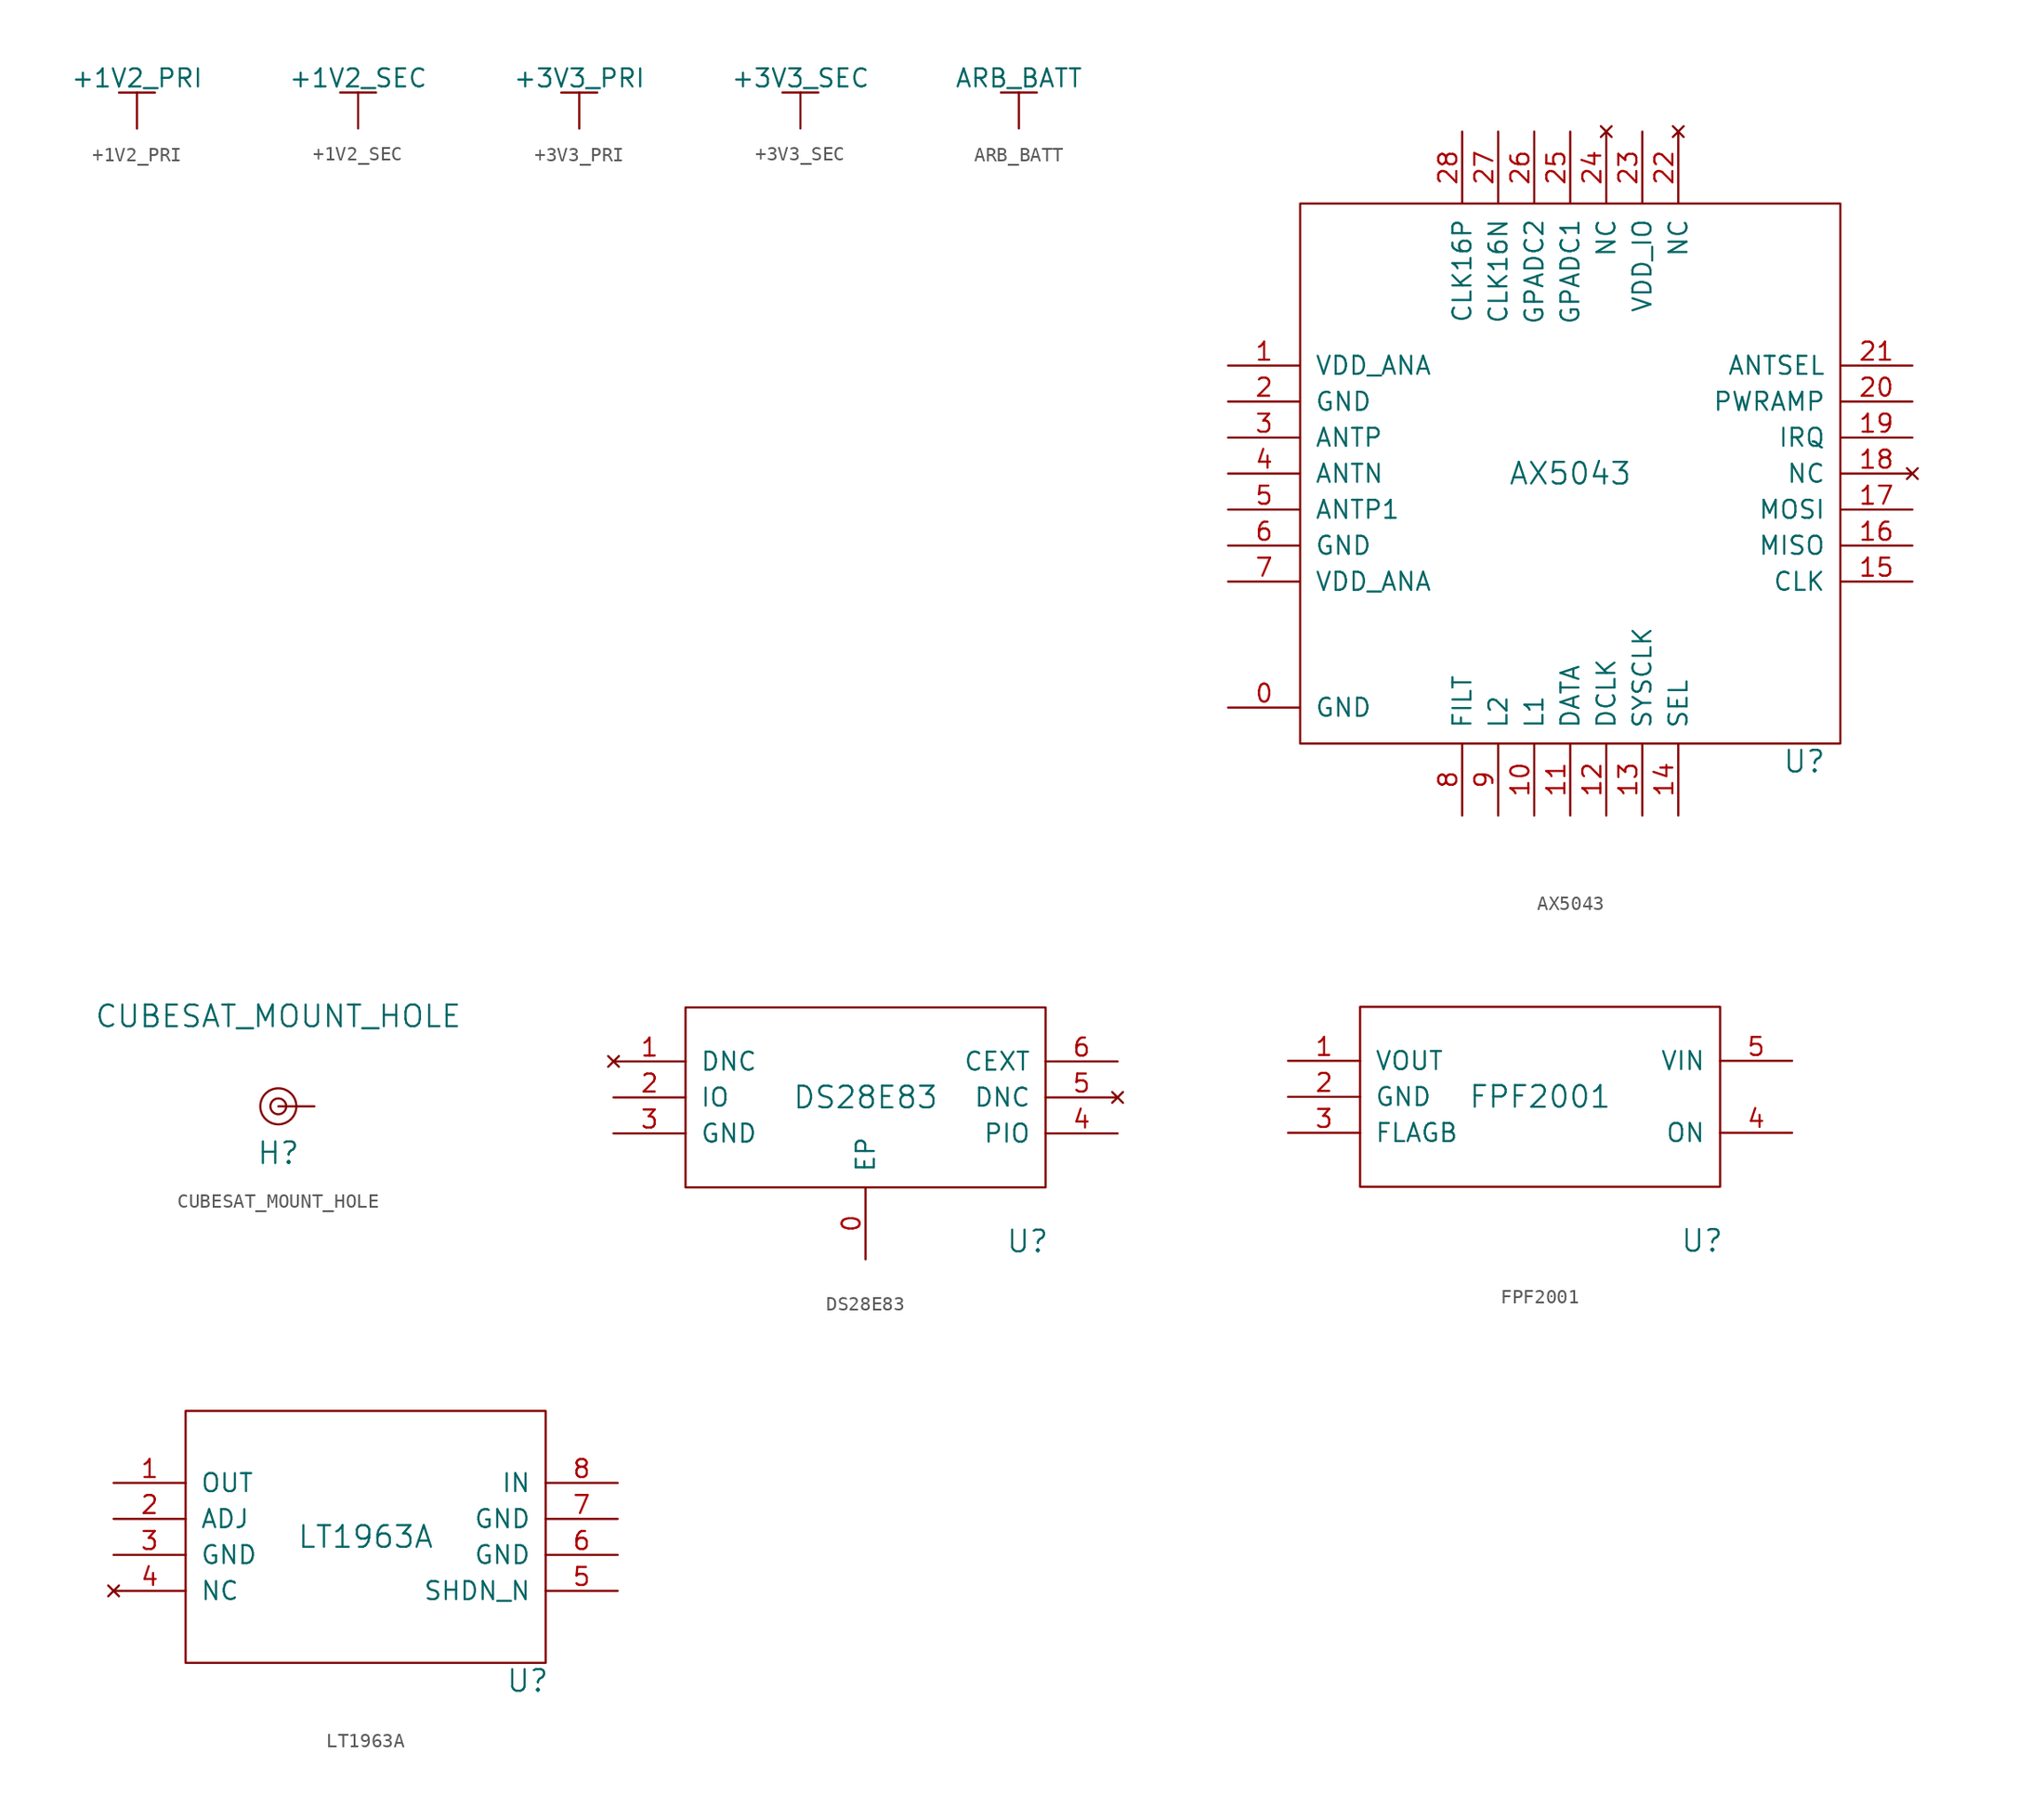
<source format=kicad_sym>
(kicad_symbol_lib
  (version 20220914)
  (generator kicad_symbol_editor)
  (symbol "+1V2_PRI"
    (power)
    (pin_names
      (offset 0))
    (property "Reference" "#PWR"
      (at 0 -3.81 0)
      (effects (font (size 1.27 1.27)) hide))
    (property "Value" "+1V2_PRI"
      (at 0 3.556 0)
      (effects (font (size 1.27 1.27))))
    (symbol "+1V2_PRI_0_1"
      (polyline (pts (xy -1.27 2.54) (xy 0 2.54)) (stroke (width 0) (type solid)) (fill (type none)))
      (polyline (pts (xy 0 0) (xy 0 2.54)) (stroke (width 0) (type solid)) (fill (type none)))
      (polyline (pts (xy 0 2.54) (xy 1.27 2.54)) (stroke (width 0) (type solid)) (fill (type none))))
    (symbol "+1V2_PRI_1_1"
      (pin power_in line (at 0 0 90) (length 0) hide (name "+1V2_PRI" (effects (font (size 1.27 1.27)))) (number "1" (effects (font (size 1.27 1.27)))))))
  (symbol "+1V2_SEC"
    (power)
    (pin_names
      (offset 0))
    (property "Reference" "#PWR"
      (at 0 -3.81 0)
      (effects (font (size 1.27 1.27)) hide))
    (property "Value" "+1V2_SEC"
      (at 0 3.556 0)
      (effects (font (size 1.27 1.27))))
    (symbol "+1V2_SEC_0_1"
      (polyline (pts (xy -1.27 2.54) (xy 0 2.54)) (stroke (width 0) (type solid)) (fill (type none)))
      (polyline (pts (xy 0 0) (xy 0 2.54)) (stroke (width 0) (type solid)) (fill (type none)))
      (polyline (pts (xy 0 2.54) (xy 1.27 2.54)) (stroke (width 0) (type solid)) (fill (type none))))
    (symbol "+1V2_SEC_1_1"
      (pin power_in line (at 0 0 90) (length 0) hide (name "+1V2_SEC" (effects (font (size 1.27 1.27)))) (number "1" (effects (font (size 1.27 1.27)))))))
  (symbol "+3V3_PRI"
    (power)
    (pin_names
      (offset 0))
    (property "Reference" "#PWR"
      (at 0 -3.81 0)
      (effects (font (size 1.27 1.27)) hide))
    (property "Value" "+3V3_PRI"
      (at 0 3.556 0)
      (effects (font (size 1.27 1.27))))
    (symbol "+3V3_PRI_0_1"
      (polyline (pts (xy -1.27 2.54) (xy 0 2.54)) (stroke (width 0) (type solid)) (fill (type none)))
      (polyline (pts (xy 0 0) (xy 0 2.54)) (stroke (width 0) (type solid)) (fill (type none)))
      (polyline (pts (xy 0 2.54) (xy 1.27 2.54)) (stroke (width 0) (type solid)) (fill (type none))))
    (symbol "+3V3_PRI_1_1"
      (pin power_in line (at 0 0 90) (length 0) hide (name "+3V3_PRI" (effects (font (size 1.27 1.27)))) (number "1" (effects (font (size 1.27 1.27)))))))
  (symbol "+3V3_SEC"
    (power)
    (pin_names
      (offset 0))
    (property "Reference" "#PWR"
      (at 0 -3.81 0)
      (effects (font (size 1.27 1.27)) hide))
    (property "Value" "+3V3_SEC"
      (at 0 3.556 0)
      (effects (font (size 1.27 1.27))))
    (symbol "+3V3_SEC_0_1"
      (polyline (pts (xy -1.27 2.54) (xy 0 2.54)) (stroke (width 0) (type solid)) (fill (type none)))
      (polyline (pts (xy 0 0) (xy 0 2.54)) (stroke (width 0) (type solid)) (fill (type none)))
      (polyline (pts (xy 0 2.54) (xy 1.27 2.54)) (stroke (width 0) (type solid)) (fill (type none))))
    (symbol "+3V3_SEC_1_1"
      (pin power_in line (at 0 0 90) (length 0) hide (name "+3V3_SEC" (effects (font (size 1.27 1.27)))) (number "1" (effects (font (size 1.27 1.27)))))))
  (symbol "ARB_BATT"
    (power)
    (pin_names
      (offset 0))
    (property "Reference" "#PWR"
      (at 0 -3.81 0)
      (effects (font (size 1.27 1.27)) hide))
    (property "Value" "ARB_BATT"
      (at 0 3.556 0)
      (effects (font (size 1.27 1.27))))
    (symbol "ARB_BATT_0_1"
      (polyline (pts (xy -1.27 2.54) (xy 0 2.54)) (stroke (width 0) (type solid)) (fill (type none)))
      (polyline (pts (xy 0 0) (xy 0 2.54)) (stroke (width 0) (type solid)) (fill (type none)))
      (polyline (pts (xy 0 2.54) (xy 1.27 2.54)) (stroke (width 0) (type solid)) (fill (type none))))
    (symbol "ARB_BATT_1_1"
      (pin power_in line (at 0 0 90) (length 0) hide (name "ARB_BATT" (effects (font (size 1.27 1.27)))) (number "1" (effects (font (size 1.27 1.27)))))))
  (symbol "AX5043"
    (pin_names
      (offset 1.016))
    (property "Reference" "U"
      (at 16.51 -20.32 0)
      (effects (font (size 1.524 1.524))))
    (property "Value" "AX5043"
      (at 0 0 0)
      (effects (font (size 1.524 1.524))))
    (symbol "AX5043_0_1"
      (rectangle (start -19.05 19.05) (end 19.05 -19.05) (stroke (width 0) (type solid)) (fill (type none))))
    (symbol "AX5043_1_1"
      (pin passive line (at -24.13 -16.51 0) (length 5.08) (name "GND" (effects (font (size 1.27 1.27)))) (number "0" (effects (font (size 1.27 1.27)))))
      (pin passive line (at -24.13 7.62 0) (length 5.08) (name "VDD_ANA" (effects (font (size 1.27 1.27)))) (number "1" (effects (font (size 1.27 1.27)))))
      (pin passive line (at -2.54 -24.13 90) (length 5.08) (name "L1" (effects (font (size 1.27 1.27)))) (number "10" (effects (font (size 1.27 1.27)))))
      (pin input line (at 0 -24.13 90) (length 5.08) (name "DATA" (effects (font (size 1.27 1.27)))) (number "11" (effects (font (size 1.27 1.27)))))
      (pin input line (at 2.54 -24.13 90) (length 5.08) (name "DCLK" (effects (font (size 1.27 1.27)))) (number "12" (effects (font (size 1.27 1.27)))))
      (pin output line (at 5.08 -24.13 90) (length 5.08) (name "SYSCLK" (effects (font (size 1.27 1.27)))) (number "13" (effects (font (size 1.27 1.27)))))
      (pin input line (at 7.62 -24.13 90) (length 5.08) (name "SEL" (effects (font (size 1.27 1.27)))) (number "14" (effects (font (size 1.27 1.27)))))
      (pin input line (at 24.13 -7.62 180) (length 5.08) (name "CLK" (effects (font (size 1.27 1.27)))) (number "15" (effects (font (size 1.27 1.27)))))
      (pin output line (at 24.13 -5.08 180) (length 5.08) (name "MISO" (effects (font (size 1.27 1.27)))) (number "16" (effects (font (size 1.27 1.27)))))
      (pin input line (at 24.13 -2.54 180) (length 5.08) (name "MOSI" (effects (font (size 1.27 1.27)))) (number "17" (effects (font (size 1.27 1.27)))))
      (pin no_connect line (at 24.13 0 180) (length 5.08) (name "NC" (effects (font (size 1.27 1.27)))) (number "18" (effects (font (size 1.27 1.27)))))
      (pin output line (at 24.13 2.54 180) (length 5.08) (name "IRQ" (effects (font (size 1.27 1.27)))) (number "19" (effects (font (size 1.27 1.27)))))
      (pin input line (at -24.13 5.08 0) (length 5.08) (name "GND" (effects (font (size 1.27 1.27)))) (number "2" (effects (font (size 1.27 1.27)))))
      (pin output line (at 24.13 5.08 180) (length 5.08) (name "PWRAMP" (effects (font (size 1.27 1.27)))) (number "20" (effects (font (size 1.27 1.27)))))
      (pin output line (at 24.13 7.62 180) (length 5.08) (name "ANTSEL" (effects (font (size 1.27 1.27)))) (number "21" (effects (font (size 1.27 1.27)))))
      (pin no_connect line (at 7.62 24.13 270) (length 5.08) (name "NC" (effects (font (size 1.27 1.27)))) (number "22" (effects (font (size 1.27 1.27)))))
      (pin passive line (at 5.08 24.13 270) (length 5.08) (name "VDD_IO" (effects (font (size 1.27 1.27)))) (number "23" (effects (font (size 1.27 1.27)))))
      (pin no_connect line (at 2.54 24.13 270) (length 5.08) (name "NC" (effects (font (size 1.27 1.27)))) (number "24" (effects (font (size 1.27 1.27)))))
      (pin input line (at 0 24.13 270) (length 5.08) (name "GPADC1" (effects (font (size 1.27 1.27)))) (number "25" (effects (font (size 1.27 1.27)))))
      (pin input line (at -2.54 24.13 270) (length 5.08) (name "GPADC2" (effects (font (size 1.27 1.27)))) (number "26" (effects (font (size 1.27 1.27)))))
      (pin passive line (at -5.08 24.13 270) (length 5.08) (name "CLK16N" (effects (font (size 1.27 1.27)))) (number "27" (effects (font (size 1.27 1.27)))))
      (pin passive line (at -7.62 24.13 270) (length 5.08) (name "CLK16P" (effects (font (size 1.27 1.27)))) (number "28" (effects (font (size 1.27 1.27)))))
      (pin bidirectional line (at -24.13 2.54 0) (length 5.08) (name "ANTP" (effects (font (size 1.27 1.27)))) (number "3" (effects (font (size 1.27 1.27)))))
      (pin bidirectional line (at -24.13 0 0) (length 5.08) (name "ANTN" (effects (font (size 1.27 1.27)))) (number "4" (effects (font (size 1.27 1.27)))))
      (pin output line (at -24.13 -2.54 0) (length 5.08) (name "ANTP1" (effects (font (size 1.27 1.27)))) (number "5" (effects (font (size 1.27 1.27)))))
      (pin input line (at -24.13 -5.08 0) (length 5.08) (name "GND" (effects (font (size 1.27 1.27)))) (number "6" (effects (font (size 1.27 1.27)))))
      (pin passive line (at -24.13 -7.62 0) (length 5.08) (name "VDD_ANA" (effects (font (size 1.27 1.27)))) (number "7" (effects (font (size 1.27 1.27)))))
      (pin passive line (at -7.62 -24.13 90) (length 5.08) (name "FILT" (effects (font (size 1.27 1.27)))) (number "8" (effects (font (size 1.27 1.27)))))
      (pin passive line (at -5.08 -24.13 90) (length 5.08) (name "L2" (effects (font (size 1.27 1.27)))) (number "9" (effects (font (size 1.27 1.27)))))))
  (symbol "CUBESAT_MOUNT_HOLE"
    (pin_numbers hide)
    (pin_names
      (offset 0) hide)
    (property "Reference" "H"
      (at 0 -3.302 0)
      (effects (font (size 1.524 1.524))))
    (property "Value" "CUBESAT_MOUNT_HOLE"
      (at 0 6.35 0)
      (effects (font (size 1.524 1.524))))
    (symbol "CUBESAT_MOUNT_HOLE_0_1"
      (circle (center 0 0) (radius 0.559) (stroke (width 0) (type solid)) (fill (type none)))
      (circle (center 0 0) (radius 1.27) (stroke (width 0) (type solid)) (fill (type none))))
    (symbol "CUBESAT_MOUNT_HOLE_1_1"
      (pin passive line (at 2.54 0 180) (length 2.54) (name "1" (effects (font (size 1.27 1.27)))) (number "1" (effects (font (size 1.27 1.27)))))))
  (symbol "DS28E83"
    (pin_names
      (offset 1.016))
    (property "Reference" "U"
      (at 11.43 -10.16 0)
      (effects (font (size 1.524 1.524))))
    (property "Value" "DS28E83"
      (at 0 0 0)
      (effects (font (size 1.524 1.524))))
    (symbol "DS28E83_0_1"
      (rectangle (start -12.7 6.35) (end 12.7 -6.35) (stroke (width 0) (type solid)) (fill (type none))))
    (symbol "DS28E83_1_1"
      (pin power_in line (at 0 -11.43 90) (length 5.08) (name "EP" (effects (font (size 1.27 1.27)))) (number "0" (effects (font (size 1.27 1.27)))))
      (pin no_connect line (at -17.78 2.54 0) (length 5.08) (name "DNC" (effects (font (size 1.27 1.27)))) (number "1" (effects (font (size 1.27 1.27)))))
      (pin bidirectional line (at -17.78 0 0) (length 5.08) (name "IO" (effects (font (size 1.27 1.27)))) (number "2" (effects (font (size 1.27 1.27)))))
      (pin power_in line (at -17.78 -2.54 0) (length 5.08) (name "GND" (effects (font (size 1.27 1.27)))) (number "3" (effects (font (size 1.27 1.27)))))
      (pin bidirectional line (at 17.78 -2.54 180) (length 5.08) (name "PIO" (effects (font (size 1.27 1.27)))) (number "4" (effects (font (size 1.27 1.27)))))
      (pin no_connect line (at 17.78 0 180) (length 5.08) (name "DNC" (effects (font (size 1.27 1.27)))) (number "5" (effects (font (size 1.27 1.27)))))
      (pin passive line (at 17.78 2.54 180) (length 5.08) (name "CEXT" (effects (font (size 1.27 1.27)))) (number "6" (effects (font (size 1.27 1.27)))))))
  (symbol "FPF2001"
    (pin_names
      (offset 1.016))
    (property "Reference" "U"
      (at 11.43 -10.16 0)
      (effects (font (size 1.524 1.524))))
    (property "Value" "FPF2001"
      (at 0 0 0)
      (effects (font (size 1.524 1.524))))
    (symbol "FPF2001_0_1"
      (rectangle (start -12.7 6.35) (end 12.7 -6.35) (stroke (width 0) (type solid)) (fill (type none))))
    (symbol "FPF2001_1_1"
      (pin power_out line (at -17.78 2.54 0) (length 5.08) (name "VOUT" (effects (font (size 1.27 1.27)))) (number "1" (effects (font (size 1.27 1.27)))))
      (pin power_in line (at -17.78 0 0) (length 5.08) (name "GND" (effects (font (size 1.27 1.27)))) (number "2" (effects (font (size 1.27 1.27)))))
      (pin open_collector line (at -17.78 -2.54 0) (length 5.08) (name "FLAGB" (effects (font (size 1.27 1.27)))) (number "3" (effects (font (size 1.27 1.27)))))
      (pin input line (at 17.78 -2.54 180) (length 5.08) (name "ON" (effects (font (size 1.27 1.27)))) (number "4" (effects (font (size 1.27 1.27)))))
      (pin power_in line (at 17.78 2.54 180) (length 5.08) (name "VIN" (effects (font (size 1.27 1.27)))) (number "5" (effects (font (size 1.27 1.27)))))))
  (symbol "LT1963A"
    (pin_names
      (offset 1.016))
    (property "Reference" "U"
      (at 11.43 -10.16 0)
      (effects (font (size 1.524 1.524))))
    (property "Value" "LT1963A"
      (at 0 0 0)
      (effects (font (size 1.524 1.524))))
    (symbol "LT1963A_0_1"
      (rectangle (start -12.7 8.89) (end 12.7 -8.89) (stroke (width 0) (type solid)) (fill (type none))))
    (symbol "LT1963A_1_1"
      (pin power_out line (at -17.78 3.81 0) (length 5.08) (name "OUT" (effects (font (size 1.27 1.27)))) (number "1" (effects (font (size 1.27 1.27)))))
      (pin input line (at -17.78 1.27 0) (length 5.08) (name "ADJ" (effects (font (size 1.27 1.27)))) (number "2" (effects (font (size 1.27 1.27)))))
      (pin power_in line (at -17.78 -1.27 0) (length 5.08) (name "GND" (effects (font (size 1.27 1.27)))) (number "3" (effects (font (size 1.27 1.27)))))
      (pin no_connect line (at -17.78 -3.81 0) (length 5.08) (name "NC" (effects (font (size 1.27 1.27)))) (number "4" (effects (font (size 1.27 1.27)))))
      (pin input line (at 17.78 -3.81 180) (length 5.08) (name "SHDN_N" (effects (font (size 1.27 1.27)))) (number "5" (effects (font (size 1.27 1.27)))))
      (pin power_in line (at 17.78 -1.27 180) (length 5.08) (name "GND" (effects (font (size 1.27 1.27)))) (number "6" (effects (font (size 1.27 1.27)))))
      (pin power_in line (at 17.78 1.27 180) (length 5.08) (name "GND" (effects (font (size 1.27 1.27)))) (number "7" (effects (font (size 1.27 1.27)))))
      (pin power_in line (at 17.78 3.81 180) (length 5.08) (name "IN" (effects (font (size 1.27 1.27)))) (number "8" (effects (font (size 1.27 1.27))))))))
</source>
